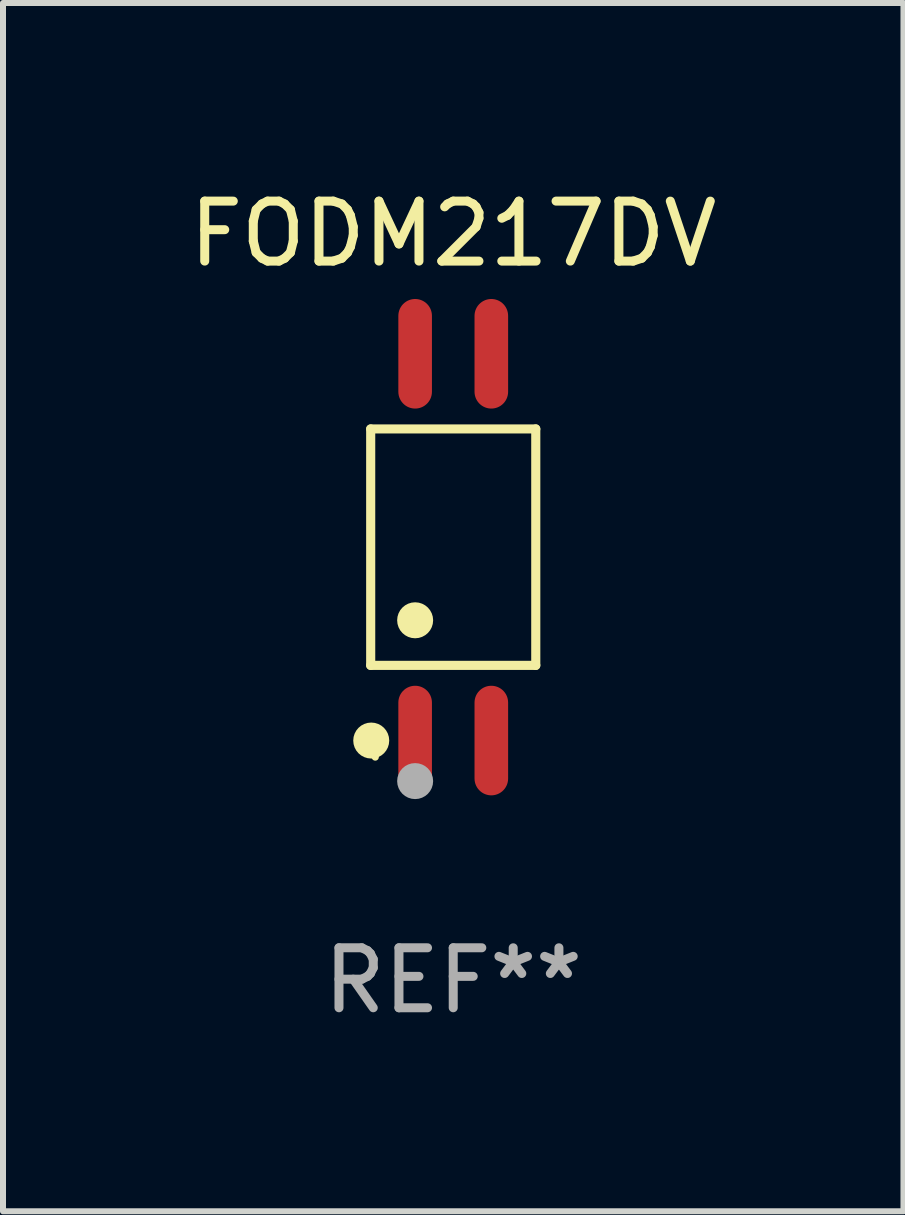
<source format=kicad_pcb>
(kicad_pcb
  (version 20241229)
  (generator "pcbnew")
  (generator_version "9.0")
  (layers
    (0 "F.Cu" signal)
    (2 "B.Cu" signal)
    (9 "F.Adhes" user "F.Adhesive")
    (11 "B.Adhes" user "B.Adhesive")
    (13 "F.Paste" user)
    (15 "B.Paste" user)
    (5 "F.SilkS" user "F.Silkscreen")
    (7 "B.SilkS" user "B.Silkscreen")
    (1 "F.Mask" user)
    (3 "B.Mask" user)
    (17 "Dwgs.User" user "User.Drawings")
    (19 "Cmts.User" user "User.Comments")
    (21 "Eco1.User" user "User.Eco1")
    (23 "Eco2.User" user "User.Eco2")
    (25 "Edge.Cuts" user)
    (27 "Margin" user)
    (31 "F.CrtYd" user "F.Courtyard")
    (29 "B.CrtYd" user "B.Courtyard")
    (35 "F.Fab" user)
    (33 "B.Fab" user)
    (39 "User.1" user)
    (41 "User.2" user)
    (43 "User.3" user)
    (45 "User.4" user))
  (footprint "FODM217DV"
    (layer "F.Cu")
    (at 4.506 6.072)
    (property "Reference" "FODM217DV" (at 0 -5.224 0) (layer "F.SilkS") (effects (font (size 1 1) (thickness 0.15))))
    (attr through_hole)
    (fp_line (start -1.376 -1.971) (end 1.376 -1.971) (stroke (width 0.152) (type solid)) (layer "F.SilkS"))
    (fp_line (start -1.376 1.971) (end -1.376 -1.971) (stroke (width 0.152) (type solid)) (layer "F.SilkS"))
    (fp_line (start 1.376 -1.971) (end 1.376 1.971) (stroke (width 0.152) (type solid)) (layer "F.SilkS"))
    (fp_line (start 1.376 1.971) (end -1.376 1.971) (stroke (width 0.152) (type solid)) (layer "F.SilkS"))
    (fp_circle (center -1.367 3.224) (end -1.217 3.224) (stroke (width 0.3) (type solid)) (fill no) (layer "F.SilkS"))
    (fp_circle (center -1.3 3.5) (end -1.27 3.5) (stroke (width 0.06) (type solid)) (fill no) (layer "F.SilkS"))
    (fp_circle (center -0.635 1.219) (end -0.485 1.219) (stroke (width 0.3) (type solid)) (fill no) (layer "F.SilkS"))
    (fp_circle (center -0.635 3.9) (end -0.485 3.9) (stroke (width 0.3) (type solid)) (fill no) (layer "F.Fab"))
    (fp_text user "REF**" (at 0 7.224 0) (layer "F.Fab") (effects (font (size 1 1) (thickness 0.15))))
    (pad "1" smd oval (at -0.635 3.224) (size 0.56 1.827) (layers "F.Cu" "F.Mask" "F.Paste"))
    (pad "2" smd oval (at 0.635 3.224) (size 0.56 1.827) (layers "F.Cu" "F.Mask" "F.Paste"))
    (pad "3" smd oval (at 0.635 -3.224) (size 0.56 1.827) (layers "F.Cu" "F.Mask" "F.Paste"))
    (pad "4" smd oval (at -0.635 -3.224) (size 0.56 1.827) (layers "F.Cu" "F.Mask" "F.Paste")))
  (gr_rect
    (start -3 -3)
    (end 12.012 17.144)
    (stroke (width 0.1) (type default))
    (fill no)
    (layer "Edge.Cuts")))
</source>
